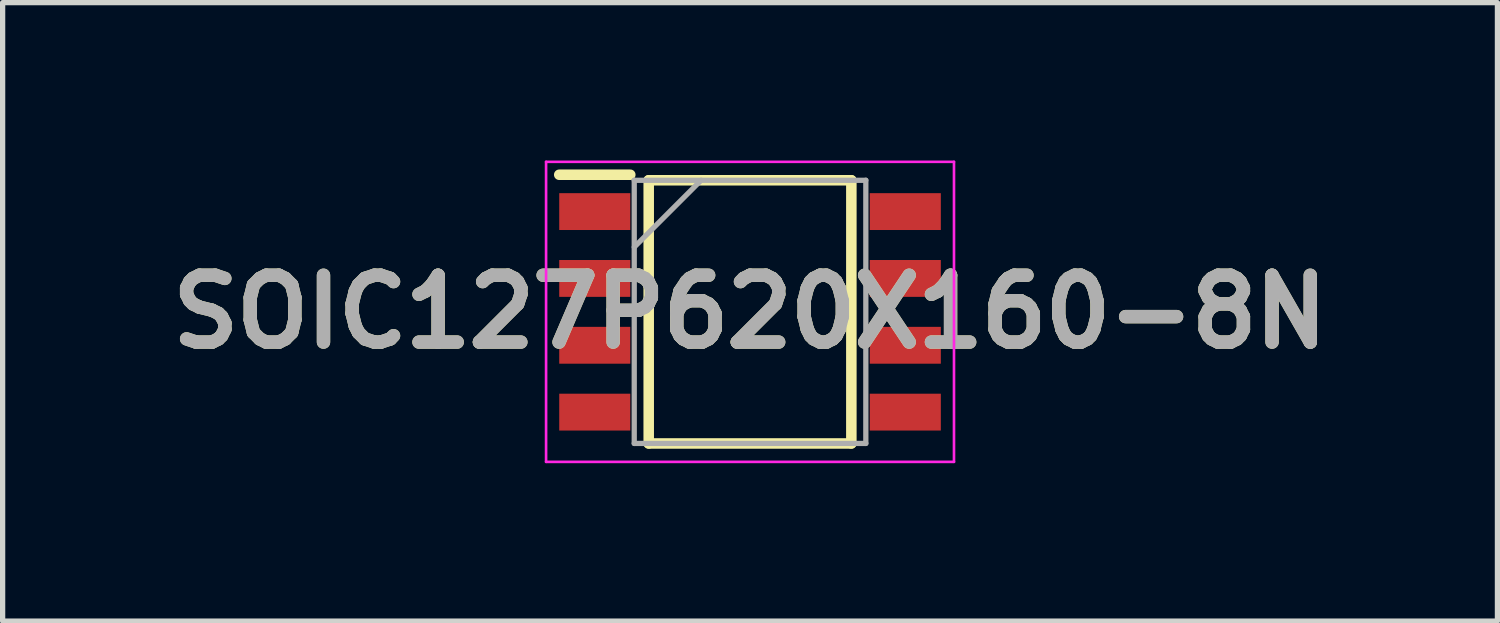
<source format=kicad_pcb>
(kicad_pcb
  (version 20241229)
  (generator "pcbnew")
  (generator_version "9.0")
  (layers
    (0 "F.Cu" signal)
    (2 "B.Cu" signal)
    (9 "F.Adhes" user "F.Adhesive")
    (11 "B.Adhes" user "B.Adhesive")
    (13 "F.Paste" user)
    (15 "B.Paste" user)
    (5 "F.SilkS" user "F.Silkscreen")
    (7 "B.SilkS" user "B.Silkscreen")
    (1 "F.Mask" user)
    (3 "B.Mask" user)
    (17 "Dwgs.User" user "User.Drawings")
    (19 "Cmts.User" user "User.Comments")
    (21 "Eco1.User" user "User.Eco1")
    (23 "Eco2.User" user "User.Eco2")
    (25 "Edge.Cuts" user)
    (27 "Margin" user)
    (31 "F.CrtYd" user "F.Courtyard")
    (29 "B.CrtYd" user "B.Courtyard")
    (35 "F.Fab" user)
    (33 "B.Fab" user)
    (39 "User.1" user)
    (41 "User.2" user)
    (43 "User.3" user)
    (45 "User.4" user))
  (footprint "SOIC127P620X160-8N"
    (layer "F.Cu")
    (at 11.2 2.875)
    (property "Reference" "SOIC127P620X160-8N" (at 0 0 0) (layer "F.SilkS") (effects (font (size 1.27 1.27) (thickness 0.254))))
    (attr smd)
    (fp_line (start -3.625 -2.605) (end -2.275 -2.605) (stroke (width 0.2) (type solid)) (layer "F.SilkS"))
    (fp_line (start -1.925 -2.5) (end 1.925 -2.5) (stroke (width 0.2) (type solid)) (layer "F.SilkS"))
    (fp_line (start -1.925 2.5) (end -1.925 -2.5) (stroke (width 0.2) (type solid)) (layer "F.SilkS"))
    (fp_line (start 1.925 -2.5) (end 1.925 2.5) (stroke (width 0.2) (type solid)) (layer "F.SilkS"))
    (fp_line (start 1.925 2.5) (end -1.925 2.5) (stroke (width 0.2) (type solid)) (layer "F.SilkS"))
    (fp_line (start -3.875 -2.85) (end 3.875 -2.85) (stroke (width 0.05) (type solid)) (layer "F.CrtYd"))
    (fp_line (start -3.875 2.85) (end -3.875 -2.85) (stroke (width 0.05) (type solid)) (layer "F.CrtYd"))
    (fp_line (start 3.875 -2.85) (end 3.875 2.85) (stroke (width 0.05) (type solid)) (layer "F.CrtYd"))
    (fp_line (start 3.875 2.85) (end -3.875 2.85) (stroke (width 0.05) (type solid)) (layer "F.CrtYd"))
    (fp_line (start -2.2 -2.5) (end 2.2 -2.5) (stroke (width 0.1) (type solid)) (layer "F.Fab"))
    (fp_line (start -2.2 -1.23) (end -0.93 -2.5) (stroke (width 0.1) (type solid)) (layer "F.Fab"))
    (fp_line (start -2.2 2.5) (end -2.2 -2.5) (stroke (width 0.1) (type solid)) (layer "F.Fab"))
    (fp_line (start 2.2 -2.5) (end 2.2 2.5) (stroke (width 0.1) (type solid)) (layer "F.Fab"))
    (fp_line (start 2.2 2.5) (end -2.2 2.5) (stroke (width 0.1) (type solid)) (layer "F.Fab"))
    (fp_text user "${REFERENCE}" (at 0 0 0) (layer "F.Fab") (effects (font (size 1.27 1.27) (thickness 0.254))))
    (pad "1" smd rect (at -2.95 -1.905 90) (size 0.7 1.35) (layers "F.Cu" "F.Mask" "F.Paste"))
    (pad "2" smd rect (at -2.95 -0.635 90) (size 0.7 1.35) (layers "F.Cu" "F.Mask" "F.Paste"))
    (pad "3" smd rect (at -2.95 0.635 90) (size 0.7 1.35) (layers "F.Cu" "F.Mask" "F.Paste"))
    (pad "4" smd rect (at -2.95 1.905 90) (size 0.7 1.35) (layers "F.Cu" "F.Mask" "F.Paste"))
    (pad "5" smd rect (at 2.95 1.905 90) (size 0.7 1.35) (layers "F.Cu" "F.Mask" "F.Paste"))
    (pad "6" smd rect (at 2.95 0.635 90) (size 0.7 1.35) (layers "F.Cu" "F.Mask" "F.Paste"))
    (pad "7" smd rect (at 2.95 -0.635 90) (size 0.7 1.35) (layers "F.Cu" "F.Mask" "F.Paste"))
    (pad "8" smd rect (at 2.95 -1.905 90) (size 0.7 1.35) (layers "F.Cu" "F.Mask" "F.Paste")))
  (gr_rect
    (start -3 -3)
    (end 25.4 8.75)
    (stroke (width 0.1) (type default))
    (fill no)
    (layer "Edge.Cuts")))
</source>
